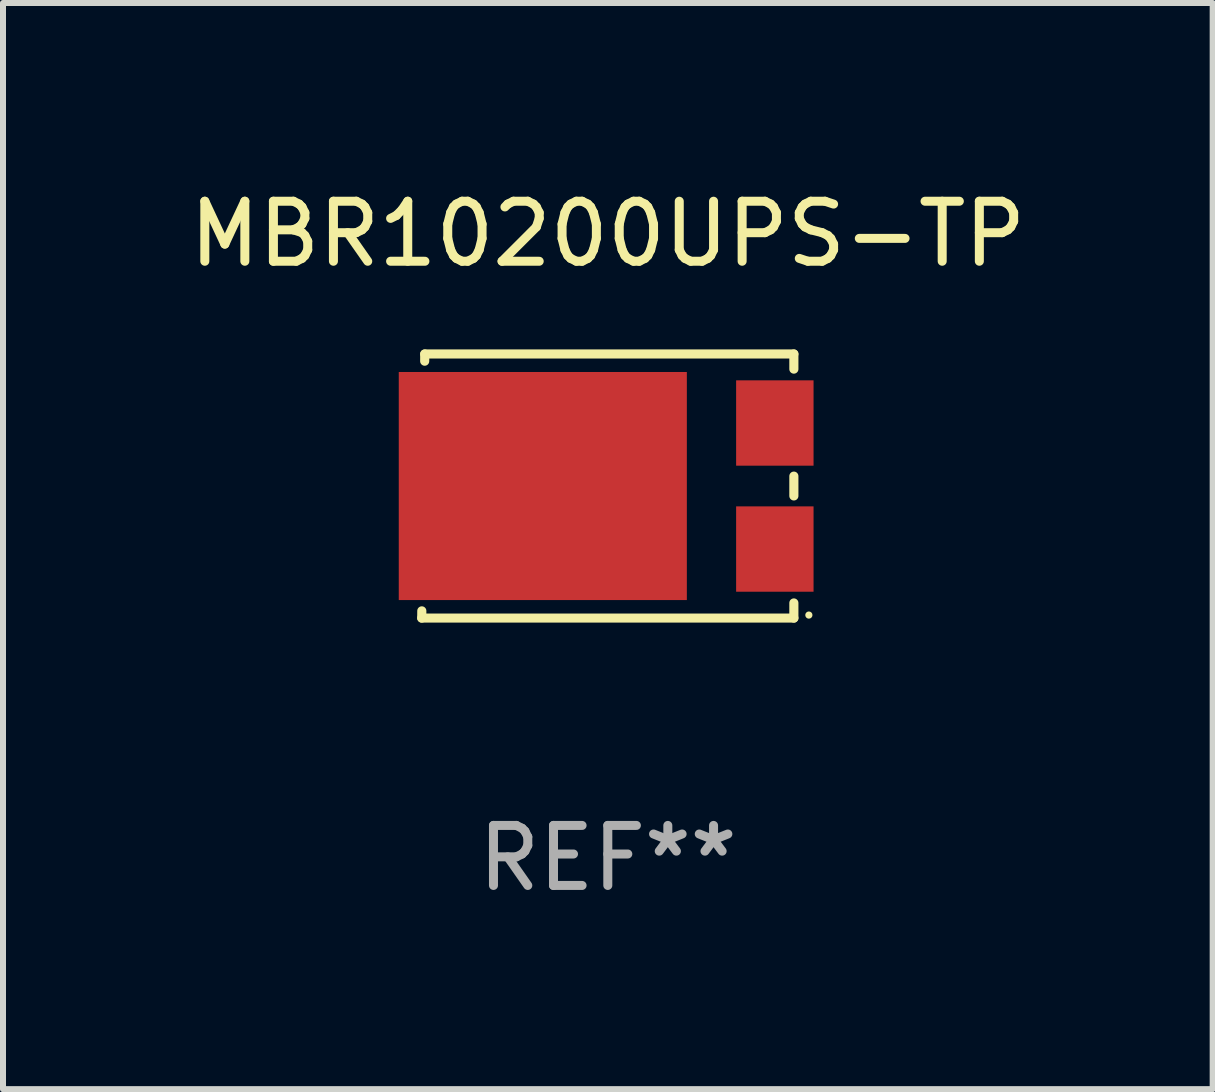
<source format=kicad_pcb>
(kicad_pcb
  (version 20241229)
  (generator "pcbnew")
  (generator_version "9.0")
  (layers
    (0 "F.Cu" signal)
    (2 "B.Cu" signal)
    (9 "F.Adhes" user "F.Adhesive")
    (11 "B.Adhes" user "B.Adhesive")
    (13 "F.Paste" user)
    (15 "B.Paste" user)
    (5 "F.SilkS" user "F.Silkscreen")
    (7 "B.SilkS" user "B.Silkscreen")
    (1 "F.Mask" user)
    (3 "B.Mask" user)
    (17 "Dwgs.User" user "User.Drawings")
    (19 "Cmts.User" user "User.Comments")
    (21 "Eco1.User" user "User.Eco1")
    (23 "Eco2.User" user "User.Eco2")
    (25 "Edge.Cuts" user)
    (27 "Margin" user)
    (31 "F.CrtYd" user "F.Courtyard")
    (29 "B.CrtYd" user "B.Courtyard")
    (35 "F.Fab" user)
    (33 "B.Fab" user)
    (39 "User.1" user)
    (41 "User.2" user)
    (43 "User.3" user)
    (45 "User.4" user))
  (footprint "MBR10200UPS-TP"
    (layer "F.Cu")
    (at 7.077 5.048)
    (property "Reference" "MBR10200UPS-TP" (at 0 -4.2 0) (layer "F.SilkS") (effects (font (size 1 1) (thickness 0.15))))
    (attr through_hole)
    (fp_line (start -3.1 2.2) (end -3.099 2.08) (stroke (width 0.152) (type solid)) (layer "F.SilkS"))
    (fp_line (start -3.051 -2.08) (end -3.05 -2.2) (stroke (width 0.152) (type solid)) (layer "F.SilkS"))
    (fp_line (start -3.05 -2.2) (end 3.1 -2.2) (stroke (width 0.152) (type solid)) (layer "F.SilkS"))
    (fp_line (start 3.1 -2.2) (end 3.1 -1.948) (stroke (width 0.152) (type solid)) (layer "F.SilkS"))
    (fp_line (start 3.1 -0.165) (end 3.1 0.165) (stroke (width 0.152) (type solid)) (layer "F.SilkS"))
    (fp_line (start 3.1 1.948) (end 3.1 2.2) (stroke (width 0.152) (type solid)) (layer "F.SilkS"))
    (fp_line (start 3.1 2.2) (end -3.1 2.2) (stroke (width 0.152) (type solid)) (layer "F.SilkS"))
    (fp_circle (center 3.35 2.15) (end 3.38 2.15) (stroke (width 0.06) (type solid)) (fill no) (layer "F.SilkS"))
    (fp_text user "REF**" (at 0 6.2 0) (layer "F.Fab") (effects (font (size 1 1) (thickness 0.15))))
    (pad "1" smd rect (at 2.783 1.05) (size 1.29 1.422) (layers "F.Cu" "F.Mask" "F.Paste"))
    (pad "2" smd rect (at 2.783 -1.05) (size 1.29 1.422) (layers "F.Cu" "F.Mask" "F.Paste"))
    (pad "3" smd rect (at -1.083 0 90) (size 3.8 4.8) (layers "F.Cu" "F.Mask" "F.Paste")))
  (gr_rect
    (start -3 -3)
    (end 17.155 15.097)
    (stroke (width 0.1) (type default))
    (fill no)
    (layer "Edge.Cuts")))
</source>
